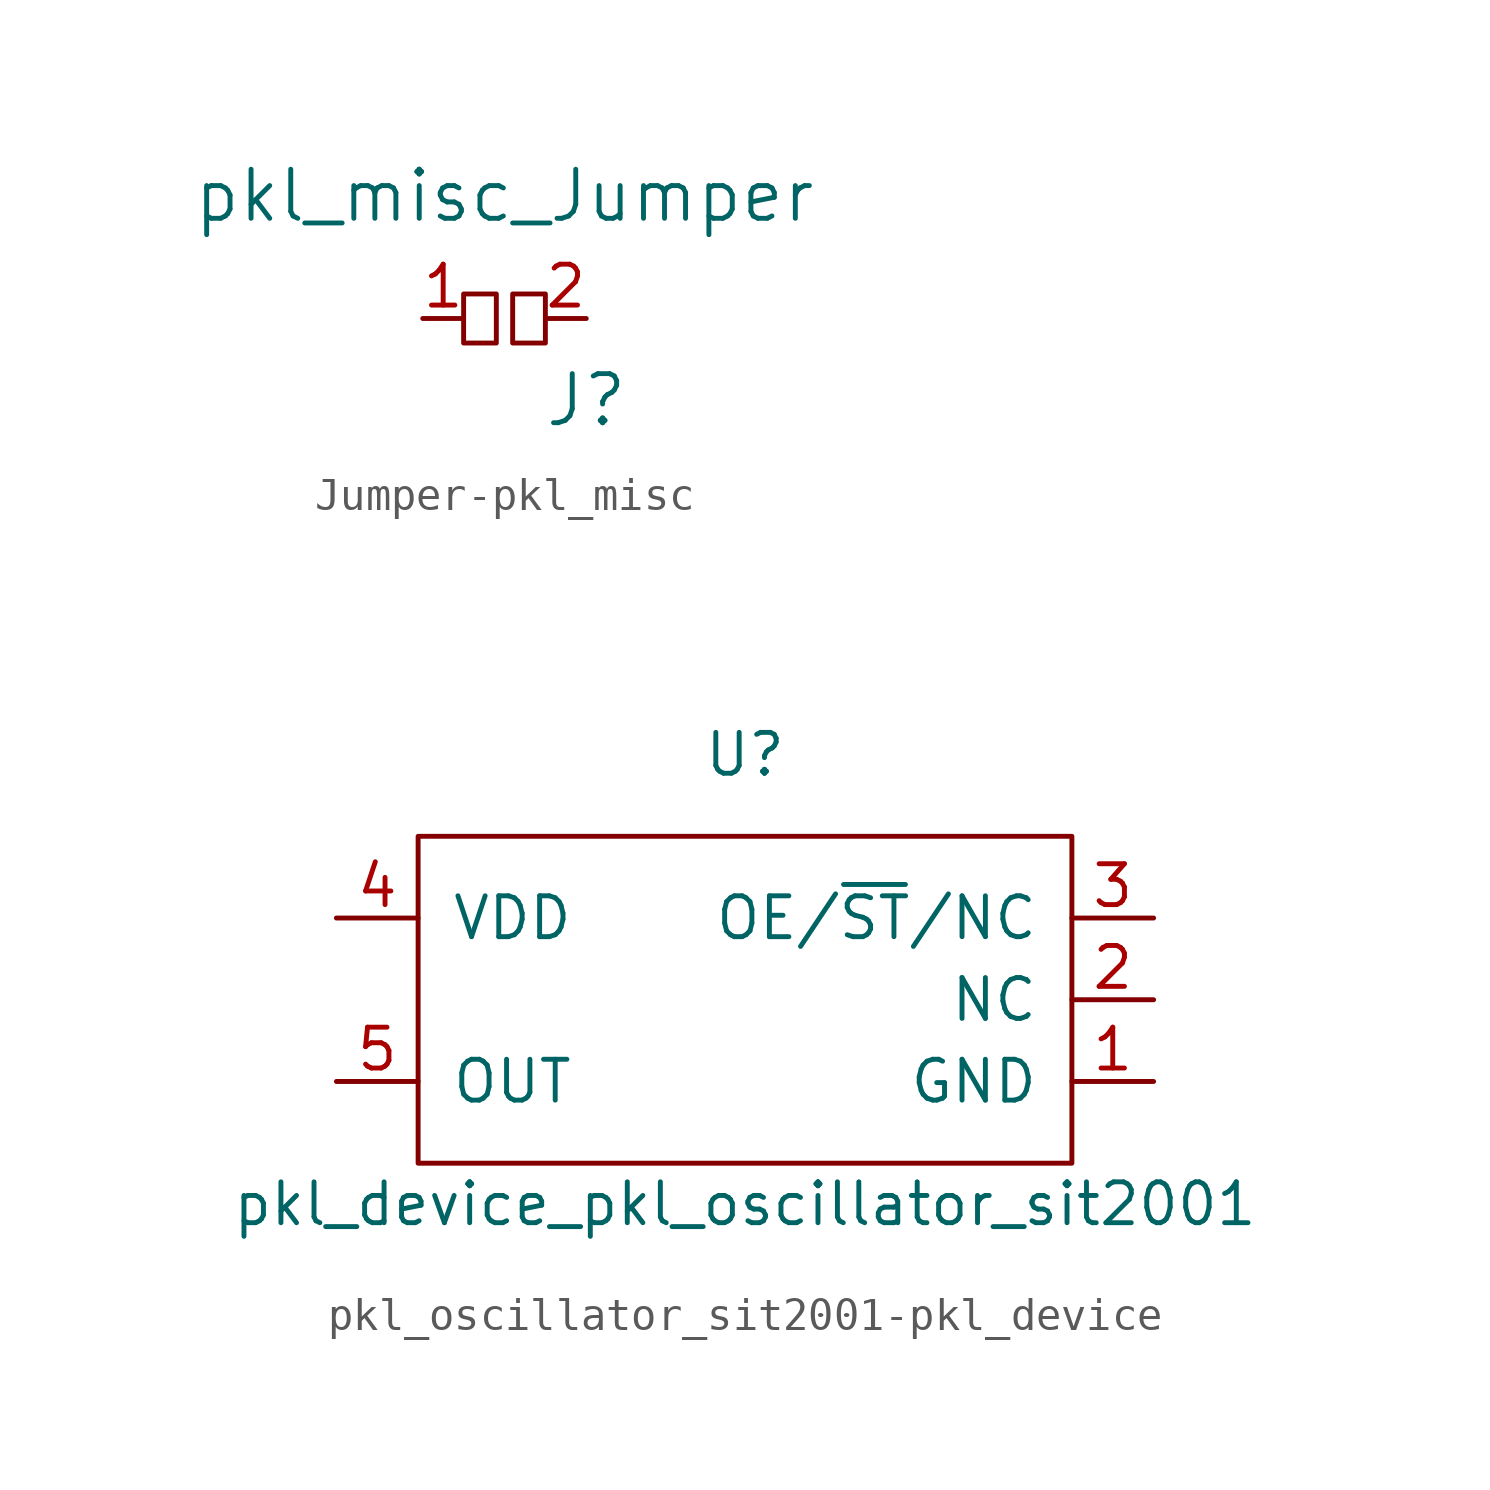
<source format=kicad_sym>
(kicad_symbol_lib
  (version 20231120)
  (generator "kicad_symbol_editor")
  (generator_version "8.0")
  (symbol "Jumper-pkl_misc"
    (pin_names
      (offset 1.016))
    (property "Reference" "J"
      (at 2.54 -2.54 0)
      (effects (font (size 1.524 1.524))))
    (property "Value" "pkl_misc_Jumper"
      (at 0 3.81 0)
      (effects (font (size 1.524 1.524))))
    (property "Footprint" ""
      (at 0 0 0)
      (effects (font (size 1.524 1.524))))
    (property "Datasheet" ""
      (at 0 0 0)
      (effects (font (size 1.524 1.524))))
    (symbol "Jumper-pkl_misc_0_1"
      (rectangle (start -1.27 0.762) (end -0.254 -0.762) (stroke (width 0) (type solid)) (fill (type none)))
      (rectangle (start 0.254 0.762) (end 1.27 -0.762) (stroke (width 0) (type solid)) (fill (type none))))
    (symbol "Jumper-pkl_misc_1_1"
      (pin passive line (at -2.54 0 0) (length 1.27) (name "~" (effects (font (size 1.27 1.27)))) (number "1" (effects (font (size 1.27 1.27)))))
      (pin passive line (at 2.54 0 180) (length 1.27) (name "~" (effects (font (size 1.27 1.27)))) (number "2" (effects (font (size 1.27 1.27)))))))
  (symbol "pkl_oscillator_sit2001-pkl_device"
    (pin_names
      (offset 1.016))
    (property "Reference" "U"
      (at 0 7.62 0)
      (effects (font (size 1.27 1.27))))
    (property "Value" "pkl_device_pkl_oscillator_sit2001"
      (at 0 -6.35 0)
      (effects (font (size 1.27 1.27))))
    (symbol "pkl_oscillator_sit2001-pkl_device_1_1"
      (rectangle (start 10.16 -5.08) (end -10.16 5.08) (stroke (width 0) (type solid)) (fill (type none)))
      (pin passive line (at 12.7 -2.54 180) (length 2.54) (name "GND" (effects (font (size 1.27 1.27)))) (number "1" (effects (font (size 1.27 1.27)))))
      (pin passive line (at 12.7 0 180) (length 2.54) (name "NC" (effects (font (size 1.27 1.27)))) (number "2" (effects (font (size 1.27 1.27)))))
      (pin passive line (at 12.7 2.54 180) (length 2.54) (name "OE/~{ST}/NC" (effects (font (size 1.27 1.27)))) (number "3" (effects (font (size 1.27 1.27)))))
      (pin passive line (at -12.7 2.54 0) (length 2.54) (name "VDD" (effects (font (size 1.27 1.27)))) (number "4" (effects (font (size 1.27 1.27)))))
      (pin passive line (at -12.7 -2.54 0) (length 2.54) (name "OUT" (effects (font (size 1.27 1.27)))) (number "5" (effects (font (size 1.27 1.27))))))))
</source>
